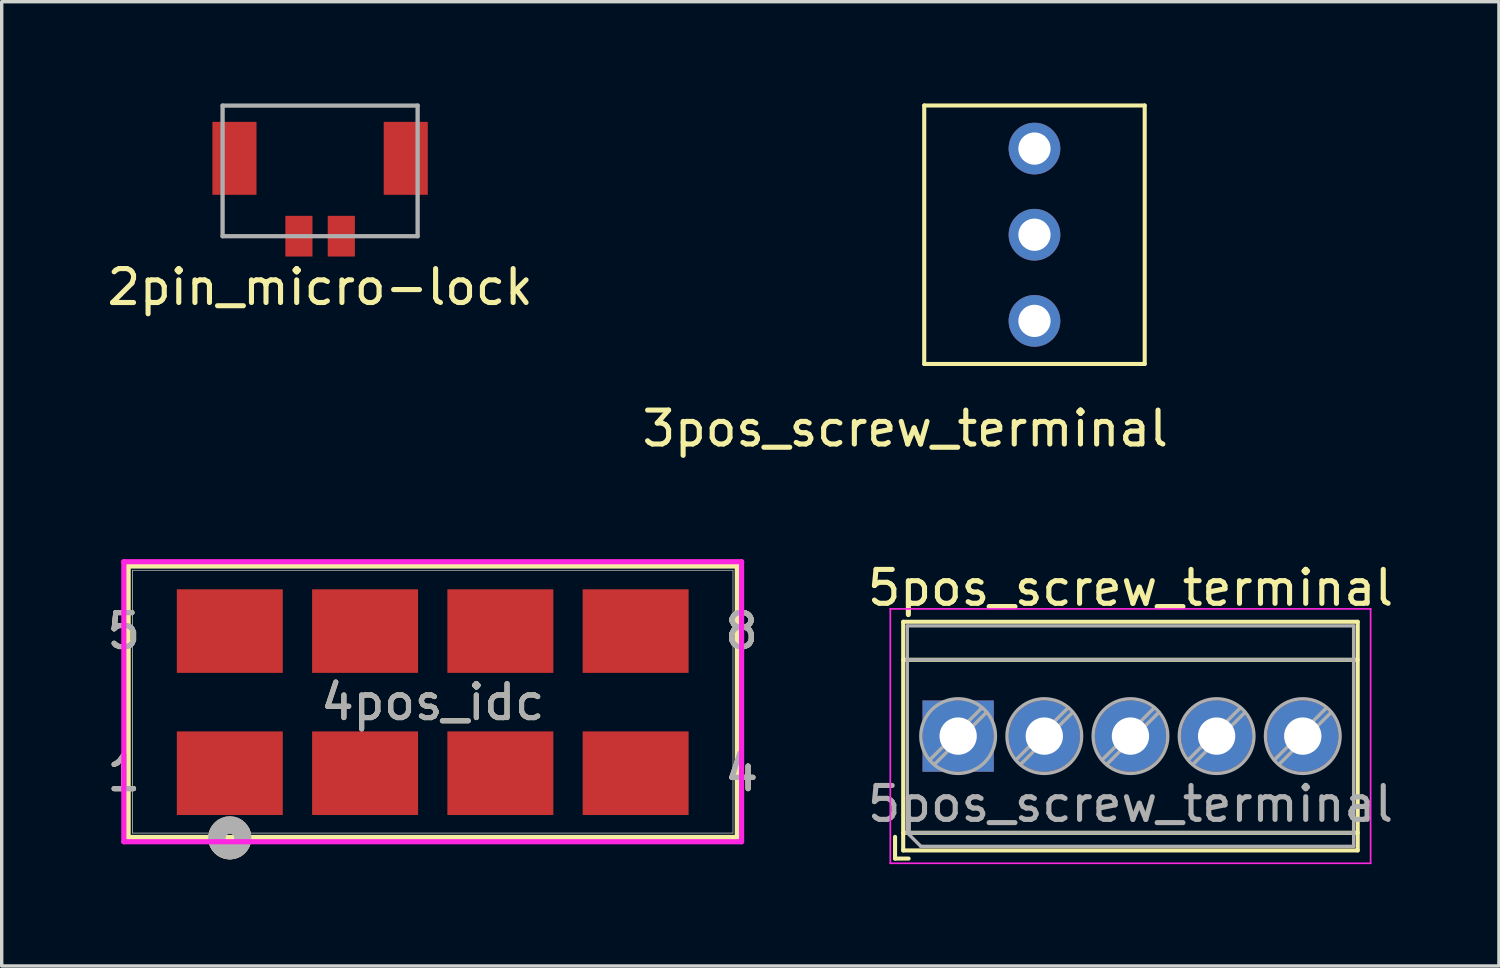
<source format=kicad_pcb>
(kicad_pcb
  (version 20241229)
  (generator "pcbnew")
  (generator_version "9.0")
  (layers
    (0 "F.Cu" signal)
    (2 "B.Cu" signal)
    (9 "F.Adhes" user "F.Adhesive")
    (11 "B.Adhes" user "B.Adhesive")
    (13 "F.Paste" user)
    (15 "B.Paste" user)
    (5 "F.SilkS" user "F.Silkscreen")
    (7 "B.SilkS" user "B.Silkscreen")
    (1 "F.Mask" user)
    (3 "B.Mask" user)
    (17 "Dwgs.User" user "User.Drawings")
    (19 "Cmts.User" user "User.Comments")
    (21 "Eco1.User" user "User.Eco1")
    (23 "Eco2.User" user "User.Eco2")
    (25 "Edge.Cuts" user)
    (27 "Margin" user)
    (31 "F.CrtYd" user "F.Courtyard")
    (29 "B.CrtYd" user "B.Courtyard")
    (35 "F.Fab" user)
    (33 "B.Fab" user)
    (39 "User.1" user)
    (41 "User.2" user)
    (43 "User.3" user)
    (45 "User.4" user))
  (footprint "5pos_screw_terminal"
    (layer "F.Cu")
    (at 25.197 18.651)
    (property "Reference" "5pos_screw_terminal" (at 5.08 -4.37 0) (layer "F.SilkS") (effects (font (size 1 1) (thickness 0.15))))
    (attr through_hole)
    (fp_line (start -1.86 2.97) (end -1.86 3.61) (stroke (width 0.12) (type solid)) (layer "F.SilkS"))
    (fp_line (start -1.86 3.61) (end -1.46 3.61) (stroke (width 0.12) (type solid)) (layer "F.SilkS"))
    (fp_line (start -1.62 -3.37) (end -1.62 3.37) (stroke (width 0.12) (type solid)) (layer "F.SilkS"))
    (fp_line (start -1.62 -3.37) (end 11.78 -3.37) (stroke (width 0.12) (type solid)) (layer "F.SilkS"))
    (fp_line (start -1.62 -2.25) (end 11.78 -2.25) (stroke (width 0.12) (type solid)) (layer "F.SilkS"))
    (fp_line (start -1.62 2.85) (end 11.78 2.85) (stroke (width 0.12) (type solid)) (layer "F.SilkS"))
    (fp_line (start -1.62 3.37) (end 11.78 3.37) (stroke (width 0.12) (type solid)) (layer "F.SilkS"))
    (fp_line (start 11.78 -3.37) (end 11.78 3.37) (stroke (width 0.12) (type solid)) (layer "F.SilkS"))
    (fp_line (start -2 -3.75) (end -2 3.75) (stroke (width 0.05) (type solid)) (layer "F.CrtYd"))
    (fp_line (start -2 3.75) (end 12.16 3.75) (stroke (width 0.05) (type solid)) (layer "F.CrtYd"))
    (fp_line (start 12.16 -3.75) (end -2 -3.75) (stroke (width 0.05) (type solid)) (layer "F.CrtYd"))
    (fp_line (start 12.16 3.75) (end 12.16 -3.75) (stroke (width 0.05) (type solid)) (layer "F.CrtYd"))
    (fp_line (start -1.5 -3.25) (end 11.66 -3.25) (stroke (width 0.1) (type solid)) (layer "F.Fab"))
    (fp_line (start -1.5 -2.25) (end 11.66 -2.25) (stroke (width 0.1) (type solid)) (layer "F.Fab"))
    (fp_line (start -1.5 2.85) (end -1.5 -3.25) (stroke (width 0.1) (type solid)) (layer "F.Fab"))
    (fp_line (start -1.5 2.85) (end 11.66 2.85) (stroke (width 0.1) (type solid)) (layer "F.Fab"))
    (fp_line (start -1.1 3.25) (end -1.5 2.85) (stroke (width 0.1) (type solid)) (layer "F.Fab"))
    (fp_line (start 0.701 -0.835) (end -0.835 0.7) (stroke (width 0.1) (type solid)) (layer "F.Fab"))
    (fp_line (start 0.835 -0.7) (end -0.701 0.835) (stroke (width 0.1) (type solid)) (layer "F.Fab"))
    (fp_line (start 3.241 -0.835) (end 1.706 0.7) (stroke (width 0.1) (type solid)) (layer "F.Fab"))
    (fp_line (start 3.375 -0.7) (end 1.84 0.835) (stroke (width 0.1) (type solid)) (layer "F.Fab"))
    (fp_line (start 5.781 -0.835) (end 4.246 0.7) (stroke (width 0.1) (type solid)) (layer "F.Fab"))
    (fp_line (start 5.915 -0.7) (end 4.38 0.835) (stroke (width 0.1) (type solid)) (layer "F.Fab"))
    (fp_line (start 8.321 -0.835) (end 6.786 0.7) (stroke (width 0.1) (type solid)) (layer "F.Fab"))
    (fp_line (start 8.455 -0.7) (end 6.92 0.835) (stroke (width 0.1) (type solid)) (layer "F.Fab"))
    (fp_line (start 10.861 -0.835) (end 9.326 0.7) (stroke (width 0.1) (type solid)) (layer "F.Fab"))
    (fp_line (start 10.995 -0.7) (end 9.46 0.835) (stroke (width 0.1) (type solid)) (layer "F.Fab"))
    (fp_line (start 11.66 -3.25) (end 11.66 3.25) (stroke (width 0.1) (type solid)) (layer "F.Fab"))
    (fp_line (start 11.66 3.25) (end -1.1 3.25) (stroke (width 0.1) (type solid)) (layer "F.Fab"))
    (fp_circle (center 0 0) (end 1.1 0) (stroke (width 0.1) (type solid)) (fill no) (layer "F.Fab"))
    (fp_circle (center 2.54 0) (end 3.64 0) (stroke (width 0.1) (type solid)) (fill no) (layer "F.Fab"))
    (fp_circle (center 5.08 0) (end 6.18 0) (stroke (width 0.1) (type solid)) (fill no) (layer "F.Fab"))
    (fp_circle (center 7.62 0) (end 8.72 0) (stroke (width 0.1) (type solid)) (fill no) (layer "F.Fab"))
    (fp_circle (center 10.16 0) (end 11.26 0) (stroke (width 0.1) (type solid)) (fill no) (layer "F.Fab"))
    (fp_text user "${REFERENCE}" (at 5.08 2 0) (layer "F.Fab") (effects (font (size 1 1) (thickness 0.15))))
    (pad "1" thru_hole rect (at 0 0) (size 2.1 2.1) (drill 1.1) (layers "*.Cu" "*.Mask"))
    (pad "2" thru_hole circle (at 2.54 0) (size 2.1 2.1) (drill 1.1) (layers "*.Cu" "*.Mask"))
    (pad "3" thru_hole circle (at 5.08 0) (size 2.1 2.1) (drill 1.1) (layers "*.Cu" "*.Mask"))
    (pad "4" thru_hole circle (at 7.62 0) (size 2.1 2.1) (drill 1.1) (layers "*.Cu" "*.Mask"))
    (pad "5" thru_hole circle (at 10.16 0) (size 2.1 2.1) (drill 1.1) (layers "*.Cu" "*.Mask")))
  (footprint "4pos_idc"
    (layer "F.Cu")
    (at 9.707 17.65)
    (property "Reference" "4pos_idc" (at 0 0 0) (unlocked yes) (layer "F.SilkS") (effects (font (size 1 1) (thickness 0.15))))
    (attr smd)
    (fp_line (start -8.979 -4.013) (end -8.979 3.988) (stroke (width 0.152) (type solid)) (layer "F.SilkS"))
    (fp_line (start -8.979 3.988) (end 8.979 3.988) (stroke (width 0.152) (type solid)) (layer "F.SilkS"))
    (fp_line (start 8.979 -4.013) (end -8.979 -4.013) (stroke (width 0.152) (type solid)) (layer "F.SilkS"))
    (fp_line (start 8.979 3.988) (end 8.979 -4.013) (stroke (width 0.152) (type solid)) (layer "F.SilkS"))
    (fp_arc (start -5.63712 3.83794) (mid -5.609917 3.917205) (end -5.6007 4.0005) (stroke (width 0.508) (type solid)) (layer "F.SilkS"))
    (fp_arc (start -5.6007 4.0005) (mid -6.064995 4.372283) (end -6.32628 3.83794) (stroke (width 0.508) (type solid)) (layer "F.SilkS"))
    (fp_circle (center -5.982 4) (end -5.601 4) (stroke (width 0.508) (type solid)) (fill no) (layer "B.SilkS"))
    (fp_line (start -9.106 -4.14) (end -9.106 4.115) (stroke (width 0.152) (type solid)) (layer "F.CrtYd"))
    (fp_line (start -9.106 4.115) (end 9.106 4.115) (stroke (width 0.152) (type solid)) (layer "F.CrtYd"))
    (fp_line (start 9.106 -4.14) (end -9.106 -4.14) (stroke (width 0.152) (type solid)) (layer "F.CrtYd"))
    (fp_line (start 9.106 4.115) (end 9.106 -4.14) (stroke (width 0.152) (type solid)) (layer "F.CrtYd"))
    (fp_line (start -8.852 -3.886) (end -8.852 3.861) (stroke (width 0.025) (type solid)) (layer "F.Fab"))
    (fp_line (start -8.852 3.861) (end 8.852 3.861) (stroke (width 0.025) (type solid)) (layer "F.Fab"))
    (fp_line (start 8.852 -3.886) (end -8.852 -3.886) (stroke (width 0.025) (type solid)) (layer "F.Fab"))
    (fp_line (start 8.852 3.861) (end 8.852 -3.886) (stroke (width 0.025) (type solid)) (layer "F.Fab"))
    (fp_circle (center -5.982 4) (end -5.601 4) (stroke (width 0.508) (type solid)) (fill no) (layer "F.Fab"))
    (fp_text user "5" (at -9.106 -2.095 0) (unlocked yes) (layer "F.SilkS") (effects (font (size 1 1) (thickness 0.15))))
    (fp_text user "8" (at 9.106 -2.095 0) (unlocked yes) (layer "F.SilkS") (effects (font (size 1 1) (thickness 0.15))))
    (fp_text user "1" (at -9.106 2.095 0) (unlocked yes) (layer "F.SilkS") (effects (font (size 1 1) (thickness 0.15))))
    (fp_text user "4" (at 9.106 2.095 0) (unlocked yes) (layer "F.SilkS") (effects (font (size 1 1) (thickness 0.15))))
    (fp_text user "8" (at 9.106 -2.095 0) (unlocked yes) (layer "B.SilkS") (effects (font (size 1 1) (thickness 0.15))))
    (fp_text user "1" (at -9.106 2.095 0) (unlocked yes) (layer "B.SilkS") (effects (font (size 1 1) (thickness 0.15))))
    (fp_text user "4" (at 9.106 2.095 0) (unlocked yes) (layer "B.SilkS") (effects (font (size 1 1) (thickness 0.15))))
    (fp_text user "5" (at -9.106 -2.095 0) (unlocked yes) (layer "B.SilkS") (effects (font (size 1 1) (thickness 0.15))))
    (fp_text user "1" (at -9.106 2.095 0) (unlocked yes) (layer "F.Fab") (effects (font (size 1 1) (thickness 0.15))))
    (fp_text user "4" (at 9.106 2.095 0) (unlocked yes) (layer "F.Fab") (effects (font (size 1 1) (thickness 0.15))))
    (fp_text user "8" (at 9.106 -2.095 0) (unlocked yes) (layer "F.Fab") (effects (font (size 1 1) (thickness 0.15))))
    (fp_text user "${REFERENCE}" (at 0 0 0) (unlocked yes) (layer "F.Fab") (effects (font (size 1 1) (thickness 0.15))))
    (fp_text user "5" (at -9.106 -2.095 0) (unlocked yes) (layer "F.Fab") (effects (font (size 1 1) (thickness 0.15))))
    (pad "1" smd rect (at -5.982 2.095) (size 3.124 2.464) (layers "F.Cu" "F.Mask" "F.Paste"))
    (pad "2" smd rect (at -1.994 2.095) (size 3.124 2.464) (layers "F.Cu" "F.Mask" "F.Paste"))
    (pad "3" smd rect (at 1.994 2.095) (size 3.124 2.464) (layers "F.Cu" "F.Mask" "F.Paste"))
    (pad "4" smd rect (at 5.982 2.095) (size 3.124 2.464) (layers "F.Cu" "F.Mask" "F.Paste"))
    (pad "5" smd rect (at -5.982 -2.095) (size 3.124 2.464) (layers "F.Cu" "F.Mask" "F.Paste"))
    (pad "6" smd rect (at -1.994 -2.095) (size 3.124 2.464) (layers "F.Cu" "F.Mask" "F.Paste"))
    (pad "7" smd rect (at 1.994 -2.095) (size 3.124 2.464) (layers "F.Cu" "F.Mask" "F.Paste"))
    (pad "8" smd rect (at 5.982 -2.095) (size 3.124 2.464) (layers "F.Cu" "F.Mask" "F.Paste")))
  (footprint "2pin_micro-lock"
    (layer "F.Cu")
    (at 6.387 3.913)
    (property "Reference" "2pin_micro-lock" (at 0 1.5 0) (layer "F.SilkS") (effects (font (size 1 1) (thickness 0.15))))
    (fp_line (start -2.875 -3.85) (end -2.875 0) (stroke (width 0.127) (type solid)) (layer "F.Fab"))
    (fp_line (start -2.875 0) (end 2.875 0) (stroke (width 0.127) (type solid)) (layer "F.Fab"))
    (fp_line (start 2.875 -3.85) (end -2.875 -3.85) (stroke (width 0.127) (type solid)) (layer "F.Fab"))
    (fp_line (start 2.875 0) (end 2.875 -3.85) (stroke (width 0.127) (type solid)) (layer "F.Fab"))
    (pad "P$1" smd rect (at -0.625 0 180) (size 0.8 1.2) (layers "F.Cu" "F.Mask" "F.Paste"))
    (pad "P$2" smd rect (at 0.625 0 180) (size 0.8 1.2) (layers "F.Cu" "F.Mask" "F.Paste"))
    (pad "P$3" smd rect (at -2.525 -2.295 90) (size 2.15 1.3) (layers "F.Cu" "F.Mask" "F.Paste"))
    (pad "P$4" smd rect (at 2.525 -2.295 90) (size 2.15 1.3) (layers "F.Cu" "F.Mask" "F.Paste")))
  (footprint "3pos_screw_terminal"
    (layer "F.Cu")
    (at 27.447 3.87)
    (property "Reference" "3pos_screw_terminal" (at -3.81 5.715 0) (layer "F.SilkS") (effects (font (size 1 1) (thickness 0.15))))
    (attr through_hole)
    (fp_line (start -3.25 -3.81) (end 3.25 -3.81) (stroke (width 0.12) (type solid)) (layer "F.SilkS"))
    (fp_line (start -3.25 3.81) (end -3.25 -3.81) (stroke (width 0.12) (type solid)) (layer "F.SilkS"))
    (fp_line (start 3.25 -3.81) (end 3.25 3.81) (stroke (width 0.12) (type solid)) (layer "F.SilkS"))
    (fp_line (start 3.25 3.81) (end -3.25 3.81) (stroke (width 0.12) (type solid)) (layer "F.SilkS"))
    (pad "1" thru_hole circle (at 0 -2.54) (size 1.524 1.524) (drill 0.95) (layers "*.Cu" "*.Mask"))
    (pad "2" thru_hole circle (at 0 0) (size 1.524 1.524) (drill 0.95) (layers "*.Cu" "*.Mask"))
    (pad "3" thru_hole circle (at 0 2.54) (size 1.524 1.524) (drill 0.95) (layers "*.Cu" "*.Mask")))
  (gr_rect
    (start -3 -3)
    (end 41.14 25.427)
    (stroke (width 0.1) (type default))
    (fill no)
    (layer "Edge.Cuts")))
</source>
